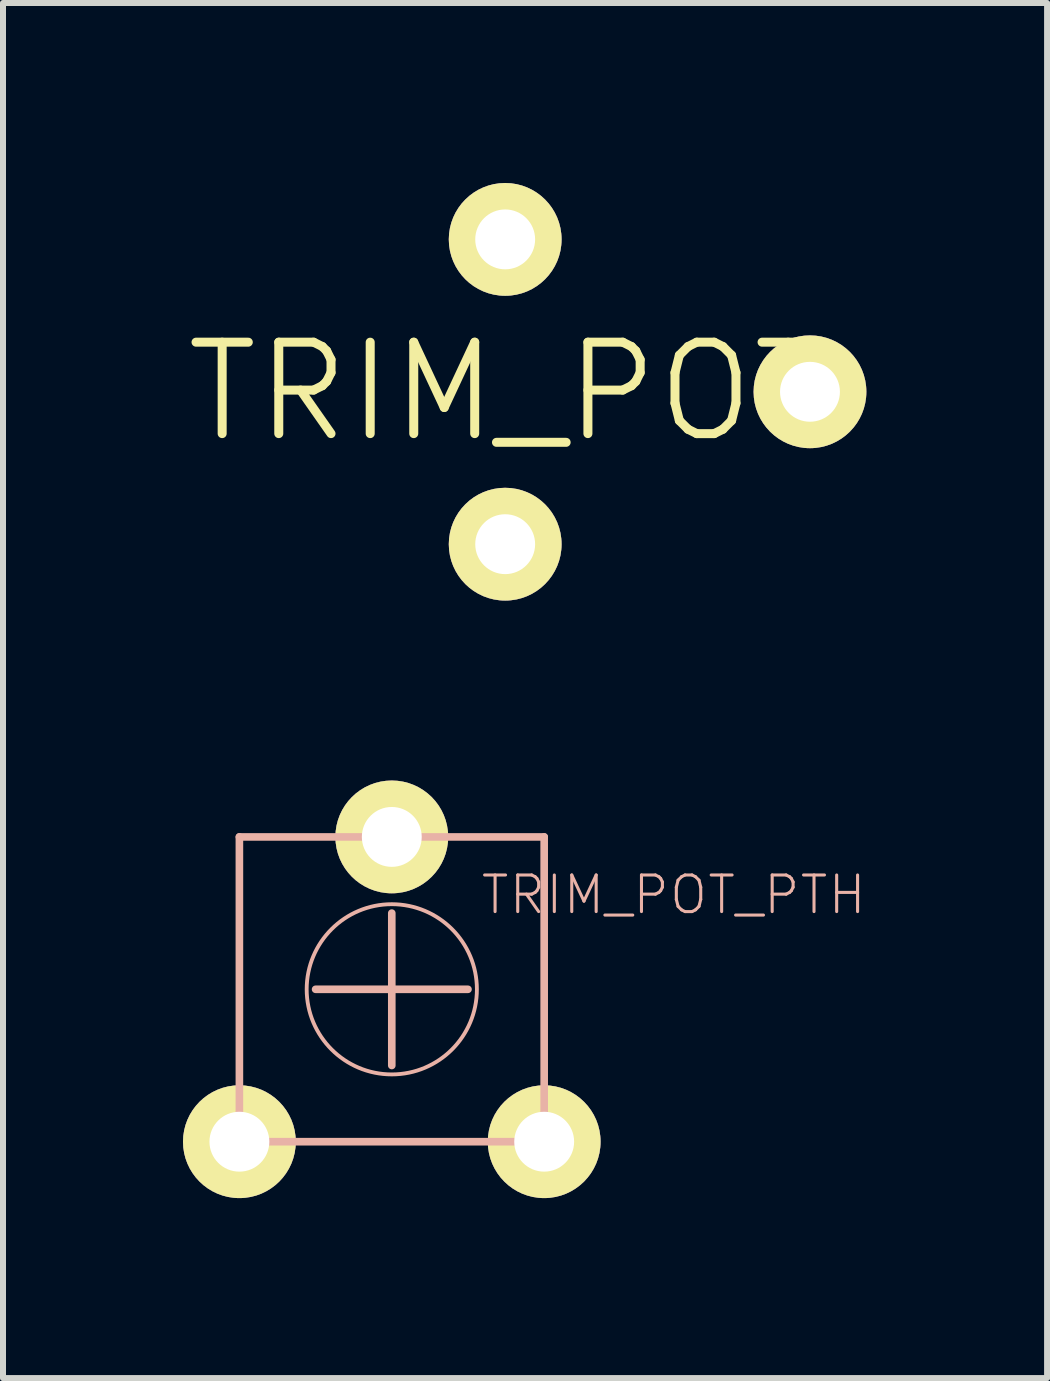
<source format=kicad_pcb>
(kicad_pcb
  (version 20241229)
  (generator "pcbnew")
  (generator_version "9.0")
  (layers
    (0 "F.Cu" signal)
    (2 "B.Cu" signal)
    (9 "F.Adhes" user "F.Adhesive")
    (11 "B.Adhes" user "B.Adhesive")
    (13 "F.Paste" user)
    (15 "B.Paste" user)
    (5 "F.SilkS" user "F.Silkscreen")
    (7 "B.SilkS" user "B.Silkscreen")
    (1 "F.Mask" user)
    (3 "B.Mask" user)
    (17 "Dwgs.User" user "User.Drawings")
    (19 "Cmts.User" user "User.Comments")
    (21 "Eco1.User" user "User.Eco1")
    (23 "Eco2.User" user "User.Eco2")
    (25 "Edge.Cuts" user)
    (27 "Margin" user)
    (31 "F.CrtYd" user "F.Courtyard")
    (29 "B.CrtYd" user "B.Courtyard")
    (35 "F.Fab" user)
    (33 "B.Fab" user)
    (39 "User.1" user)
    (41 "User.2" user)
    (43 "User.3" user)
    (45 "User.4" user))
  (footprint "TRIM_POT_PTH"
    (layer "F.Cu")
    (at 3.48 13.439)
    (property "Reference" "TRIM_POT_PTH" (at 4.699 -1.575 0) (layer "B.SilkS") (effects (font (size 0.61 0.61) (thickness 0.051))))
    (attr exclude_from_pos_files exclude_from_bom)
    (fp_line (start -2.54 -2.54) (end -2.54 2.54) (stroke (width 0.127) (type solid)) (layer "B.SilkS"))
    (fp_line (start -2.54 2.54) (end 2.54 2.54) (stroke (width 0.127) (type solid)) (layer "B.SilkS"))
    (fp_line (start -1.27 0) (end 0 0) (stroke (width 0.127) (type solid)) (layer "B.SilkS"))
    (fp_line (start 0 -1.27) (end 0 0) (stroke (width 0.127) (type solid)) (layer "B.SilkS"))
    (fp_line (start 0 0) (end 1.27 0) (stroke (width 0.127) (type solid)) (layer "B.SilkS"))
    (fp_line (start 0 1.27) (end 0 0) (stroke (width 0.127) (type solid)) (layer "B.SilkS"))
    (fp_line (start 2.54 -2.54) (end -2.54 -2.54) (stroke (width 0.127) (type solid)) (layer "B.SilkS"))
    (fp_line (start 2.54 2.54) (end 2.54 -2.54) (stroke (width 0.127) (type solid)) (layer "B.SilkS"))
    (fp_circle (center 0 0) (end -1.003 1.003) (stroke (width 0.064) (type solid)) (fill no) (layer "B.SilkS"))
    (pad "1" thru_hole circle (at -2.54 2.54) (size 1.88 1.88) (drill 0.998) (layers "*.Cu" "F.Mask" "F.SilkS" "F.Paste"))
    (pad "2" thru_hole circle (at 0 -2.54) (size 1.88 1.88) (drill 0.998) (layers "*.Cu" "F.Mask" "F.SilkS" "F.Paste"))
    (pad "3" thru_hole circle (at 2.54 2.54) (size 1.88 1.88) (drill 0.998) (layers "*.Cu" "F.Mask" "F.SilkS" "F.Paste")))
  (footprint "TRIM_POT"
    (layer "F.Cu")
    (at 5.37 3.48)
    (property "Reference" "TRIM_POT" (at 0 0 0) (layer "F.SilkS") (effects (font (size 1.524 1.524) (thickness 0.15))))
    (attr exclude_from_pos_files exclude_from_bom)
    (pad "1" thru_hole circle (at 5.08 0) (size 1.88 1.88) (drill 0.998) (layers "*.Cu" "F.Mask" "F.SilkS" "F.Paste"))
    (pad "2" thru_hole circle (at 0 -2.54) (size 1.88 1.88) (drill 0.998) (layers "*.Cu" "F.Mask" "F.SilkS" "F.Paste"))
    (pad "3" thru_hole circle (at 0 2.54) (size 1.88 1.88) (drill 0.998) (layers "*.Cu" "F.Mask" "F.SilkS" "F.Paste")))
  (gr_rect
    (start -3 -3)
    (end 14.402 19.919)
    (stroke (width 0.1) (type default))
    (fill no)
    (layer "Edge.Cuts")))
</source>
